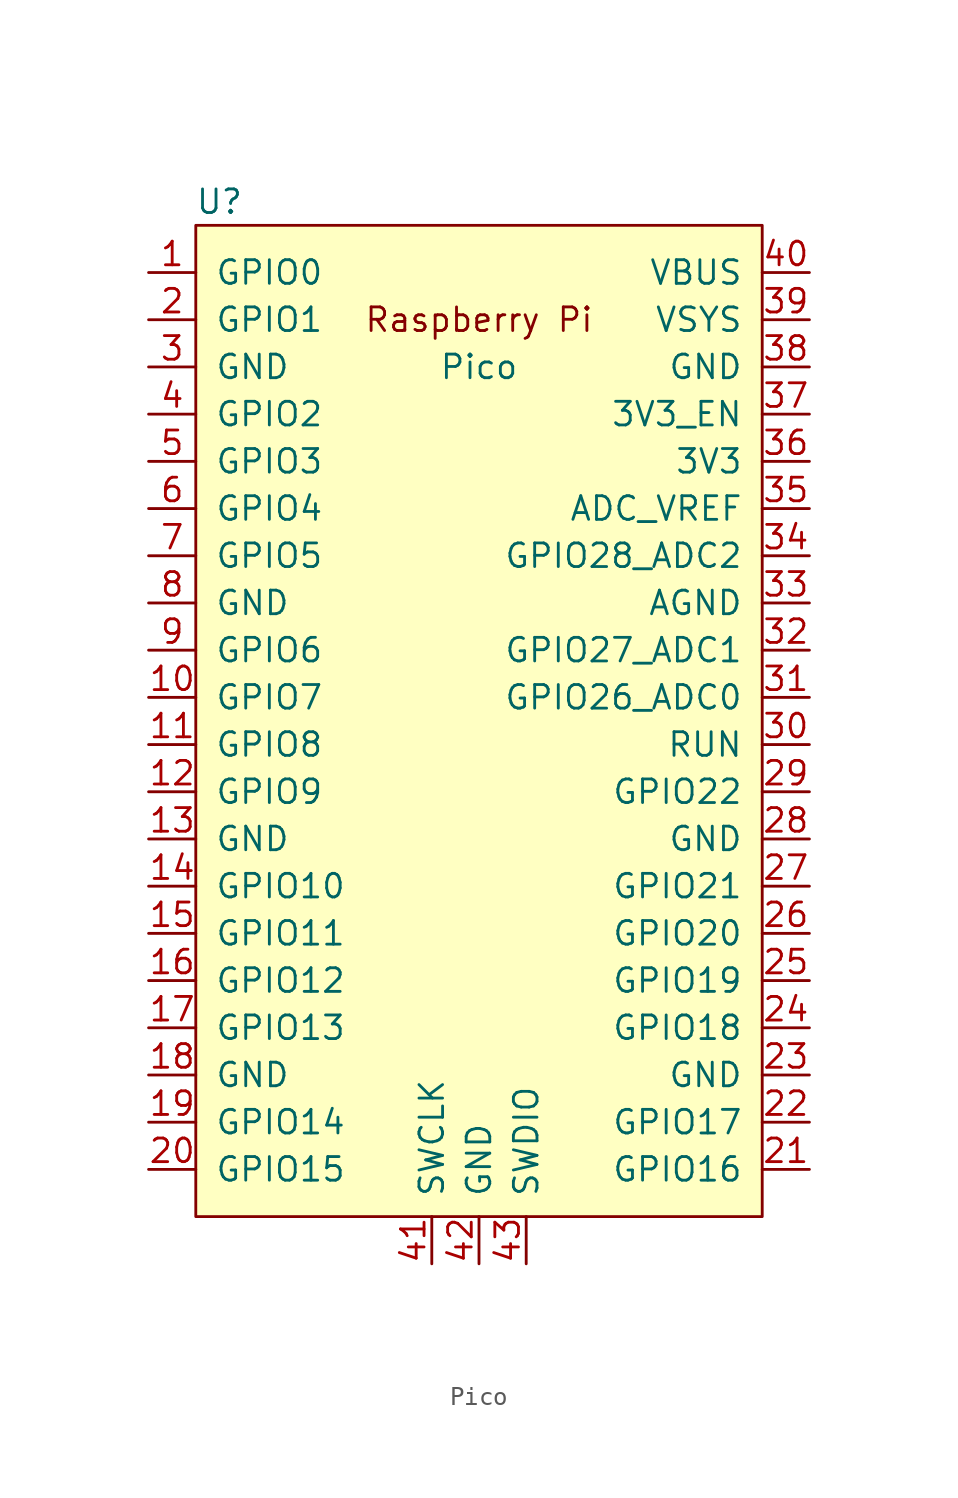
<source format=kicad_sym>
(kicad_symbol_lib
  (version 20220914)
  (generator kicad_symbol_editor)
  (symbol "Pico"
    (pin_names
      (offset 1.016))
    (property "Reference" "U"
      (at -13.97 27.94 0)
      (effects (font (size 1.27 1.27))))
    (property "Value" "Pico"
      (at 0 19.05 0)
      (effects (font (size 1.27 1.27))))
    (symbol "Pico_0_0"
      (text "Raspberry Pi" (at 0 21.59 0) (effects (font (size 1.27 1.27)))))
    (symbol "Pico_0_1"
      (rectangle (start -15.24 26.67) (end 15.24 -26.67) (stroke (width 0) (type default)) (fill (type background))))
    (symbol "Pico_1_1"
      (pin bidirectional line (at -17.78 24.13 0) (length 2.54) (name "GPIO0" (effects (font (size 1.27 1.27)))) (number "1" (effects (font (size 1.27 1.27)))))
      (pin bidirectional line (at -17.78 1.27 0) (length 2.54) (name "GPIO7" (effects (font (size 1.27 1.27)))) (number "10" (effects (font (size 1.27 1.27)))))
      (pin bidirectional line (at -17.78 -1.27 0) (length 2.54) (name "GPIO8" (effects (font (size 1.27 1.27)))) (number "11" (effects (font (size 1.27 1.27)))))
      (pin bidirectional line (at -17.78 -3.81 0) (length 2.54) (name "GPIO9" (effects (font (size 1.27 1.27)))) (number "12" (effects (font (size 1.27 1.27)))))
      (pin power_in line (at -17.78 -6.35 0) (length 2.54) (name "GND" (effects (font (size 1.27 1.27)))) (number "13" (effects (font (size 1.27 1.27)))))
      (pin bidirectional line (at -17.78 -8.89 0) (length 2.54) (name "GPIO10" (effects (font (size 1.27 1.27)))) (number "14" (effects (font (size 1.27 1.27)))))
      (pin bidirectional line (at -17.78 -11.43 0) (length 2.54) (name "GPIO11" (effects (font (size 1.27 1.27)))) (number "15" (effects (font (size 1.27 1.27)))))
      (pin bidirectional line (at -17.78 -13.97 0) (length 2.54) (name "GPIO12" (effects (font (size 1.27 1.27)))) (number "16" (effects (font (size 1.27 1.27)))))
      (pin bidirectional line (at -17.78 -16.51 0) (length 2.54) (name "GPIO13" (effects (font (size 1.27 1.27)))) (number "17" (effects (font (size 1.27 1.27)))))
      (pin power_in line (at -17.78 -19.05 0) (length 2.54) (name "GND" (effects (font (size 1.27 1.27)))) (number "18" (effects (font (size 1.27 1.27)))))
      (pin bidirectional line (at -17.78 -21.59 0) (length 2.54) (name "GPIO14" (effects (font (size 1.27 1.27)))) (number "19" (effects (font (size 1.27 1.27)))))
      (pin bidirectional line (at -17.78 21.59 0) (length 2.54) (name "GPIO1" (effects (font (size 1.27 1.27)))) (number "2" (effects (font (size 1.27 1.27)))))
      (pin bidirectional line (at -17.78 -24.13 0) (length 2.54) (name "GPIO15" (effects (font (size 1.27 1.27)))) (number "20" (effects (font (size 1.27 1.27)))))
      (pin bidirectional line (at 17.78 -24.13 180) (length 2.54) (name "GPIO16" (effects (font (size 1.27 1.27)))) (number "21" (effects (font (size 1.27 1.27)))))
      (pin bidirectional line (at 17.78 -21.59 180) (length 2.54) (name "GPIO17" (effects (font (size 1.27 1.27)))) (number "22" (effects (font (size 1.27 1.27)))))
      (pin power_in line (at 17.78 -19.05 180) (length 2.54) (name "GND" (effects (font (size 1.27 1.27)))) (number "23" (effects (font (size 1.27 1.27)))))
      (pin bidirectional line (at 17.78 -16.51 180) (length 2.54) (name "GPIO18" (effects (font (size 1.27 1.27)))) (number "24" (effects (font (size 1.27 1.27)))))
      (pin bidirectional line (at 17.78 -13.97 180) (length 2.54) (name "GPIO19" (effects (font (size 1.27 1.27)))) (number "25" (effects (font (size 1.27 1.27)))))
      (pin bidirectional line (at 17.78 -11.43 180) (length 2.54) (name "GPIO20" (effects (font (size 1.27 1.27)))) (number "26" (effects (font (size 1.27 1.27)))))
      (pin bidirectional line (at 17.78 -8.89 180) (length 2.54) (name "GPIO21" (effects (font (size 1.27 1.27)))) (number "27" (effects (font (size 1.27 1.27)))))
      (pin power_in line (at 17.78 -6.35 180) (length 2.54) (name "GND" (effects (font (size 1.27 1.27)))) (number "28" (effects (font (size 1.27 1.27)))))
      (pin bidirectional line (at 17.78 -3.81 180) (length 2.54) (name "GPIO22" (effects (font (size 1.27 1.27)))) (number "29" (effects (font (size 1.27 1.27)))))
      (pin power_in line (at -17.78 19.05 0) (length 2.54) (name "GND" (effects (font (size 1.27 1.27)))) (number "3" (effects (font (size 1.27 1.27)))))
      (pin input line (at 17.78 -1.27 180) (length 2.54) (name "RUN" (effects (font (size 1.27 1.27)))) (number "30" (effects (font (size 1.27 1.27)))))
      (pin bidirectional line (at 17.78 1.27 180) (length 2.54) (name "GPIO26_ADC0" (effects (font (size 1.27 1.27)))) (number "31" (effects (font (size 1.27 1.27)))))
      (pin bidirectional line (at 17.78 3.81 180) (length 2.54) (name "GPIO27_ADC1" (effects (font (size 1.27 1.27)))) (number "32" (effects (font (size 1.27 1.27)))))
      (pin power_in line (at 17.78 6.35 180) (length 2.54) (name "AGND" (effects (font (size 1.27 1.27)))) (number "33" (effects (font (size 1.27 1.27)))))
      (pin bidirectional line (at 17.78 8.89 180) (length 2.54) (name "GPIO28_ADC2" (effects (font (size 1.27 1.27)))) (number "34" (effects (font (size 1.27 1.27)))))
      (pin unspecified line (at 17.78 11.43 180) (length 2.54) (name "ADC_VREF" (effects (font (size 1.27 1.27)))) (number "35" (effects (font (size 1.27 1.27)))))
      (pin unspecified line (at 17.78 13.97 180) (length 2.54) (name "3V3" (effects (font (size 1.27 1.27)))) (number "36" (effects (font (size 1.27 1.27)))))
      (pin input line (at 17.78 16.51 180) (length 2.54) (name "3V3_EN" (effects (font (size 1.27 1.27)))) (number "37" (effects (font (size 1.27 1.27)))))
      (pin power_in line (at 17.78 19.05 180) (length 2.54) (name "GND" (effects (font (size 1.27 1.27)))) (number "38" (effects (font (size 1.27 1.27)))))
      (pin unspecified line (at 17.78 21.59 180) (length 2.54) (name "VSYS" (effects (font (size 1.27 1.27)))) (number "39" (effects (font (size 1.27 1.27)))))
      (pin bidirectional line (at -17.78 16.51 0) (length 2.54) (name "GPIO2" (effects (font (size 1.27 1.27)))) (number "4" (effects (font (size 1.27 1.27)))))
      (pin unspecified line (at 17.78 24.13 180) (length 2.54) (name "VBUS" (effects (font (size 1.27 1.27)))) (number "40" (effects (font (size 1.27 1.27)))))
      (pin input line (at -2.54 -29.21 90) (length 2.54) (name "SWCLK" (effects (font (size 1.27 1.27)))) (number "41" (effects (font (size 1.27 1.27)))))
      (pin power_in line (at 0 -29.21 90) (length 2.54) (name "GND" (effects (font (size 1.27 1.27)))) (number "42" (effects (font (size 1.27 1.27)))))
      (pin bidirectional line (at 2.54 -29.21 90) (length 2.54) (name "SWDIO" (effects (font (size 1.27 1.27)))) (number "43" (effects (font (size 1.27 1.27)))))
      (pin bidirectional line (at -17.78 13.97 0) (length 2.54) (name "GPIO3" (effects (font (size 1.27 1.27)))) (number "5" (effects (font (size 1.27 1.27)))))
      (pin bidirectional line (at -17.78 11.43 0) (length 2.54) (name "GPIO4" (effects (font (size 1.27 1.27)))) (number "6" (effects (font (size 1.27 1.27)))))
      (pin bidirectional line (at -17.78 8.89 0) (length 2.54) (name "GPIO5" (effects (font (size 1.27 1.27)))) (number "7" (effects (font (size 1.27 1.27)))))
      (pin power_in line (at -17.78 6.35 0) (length 2.54) (name "GND" (effects (font (size 1.27 1.27)))) (number "8" (effects (font (size 1.27 1.27)))))
      (pin bidirectional line (at -17.78 3.81 0) (length 2.54) (name "GPIO6" (effects (font (size 1.27 1.27)))) (number "9" (effects (font (size 1.27 1.27))))))))
</source>
